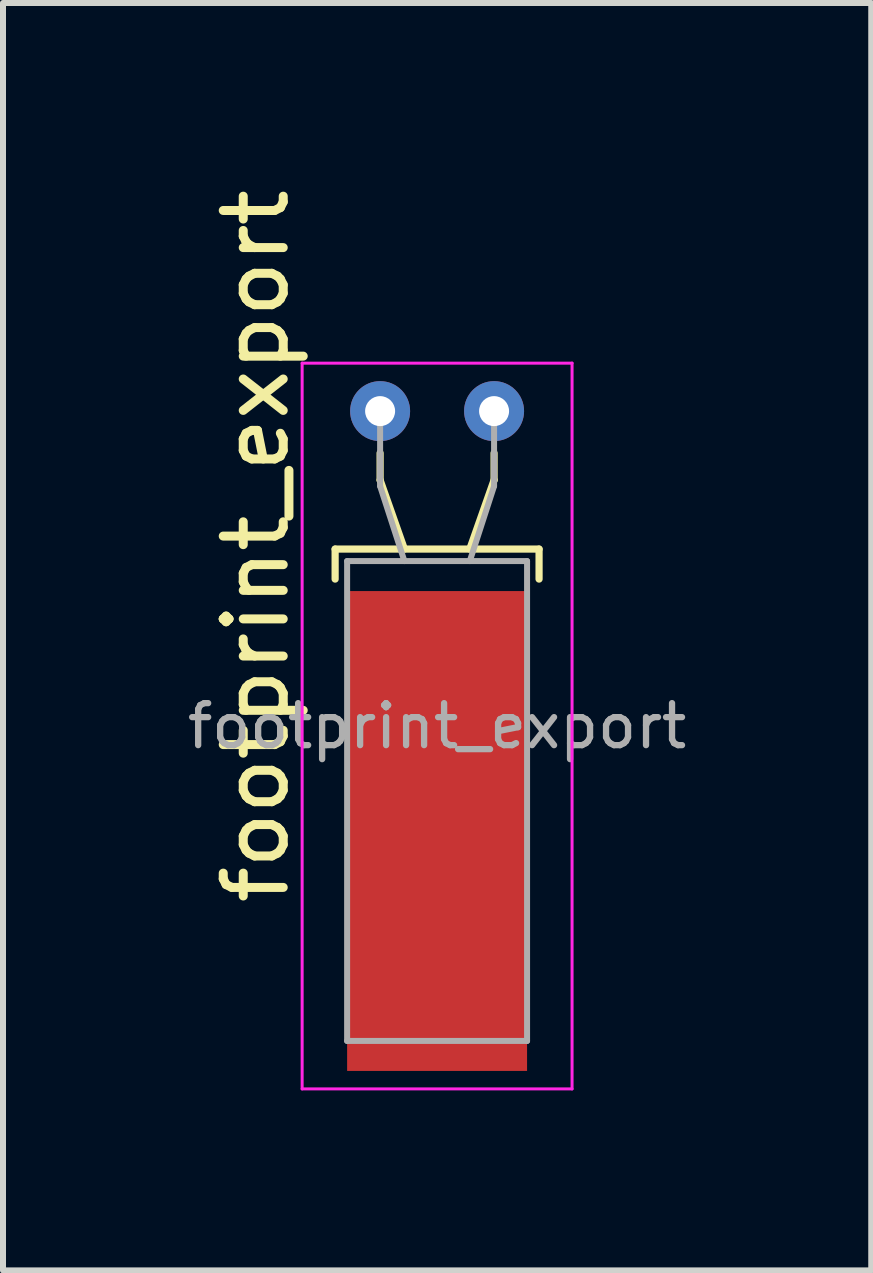
<source format=kicad_pcb>
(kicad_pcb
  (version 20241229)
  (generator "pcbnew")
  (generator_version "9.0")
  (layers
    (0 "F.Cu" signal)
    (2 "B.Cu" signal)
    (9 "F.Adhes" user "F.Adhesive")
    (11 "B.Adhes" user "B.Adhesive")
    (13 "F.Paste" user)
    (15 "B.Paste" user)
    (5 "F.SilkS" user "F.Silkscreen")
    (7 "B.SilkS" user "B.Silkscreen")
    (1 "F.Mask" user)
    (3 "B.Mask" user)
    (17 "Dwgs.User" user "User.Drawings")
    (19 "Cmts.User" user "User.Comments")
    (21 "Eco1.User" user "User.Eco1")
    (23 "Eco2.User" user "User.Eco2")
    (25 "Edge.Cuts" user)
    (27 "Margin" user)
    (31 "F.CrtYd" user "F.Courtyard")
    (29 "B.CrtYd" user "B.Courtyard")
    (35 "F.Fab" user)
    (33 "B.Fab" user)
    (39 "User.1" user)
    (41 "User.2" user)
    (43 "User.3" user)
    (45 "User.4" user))
  (footprint "footprint_export"
    (layer "F.Cu")
    (at 3.287 3.804)
    (property "Reference" "footprint_export" (at -2.07 2.25 90) (layer "F.SilkS") (effects (font (size 1 1) (thickness 0.15))))
    (attr through_hole)
    (fp_line (start -0.75 2.3) (end 2.65 2.3) (stroke (width 0.12) (type solid)) (layer "F.SilkS"))
    (fp_line (start -0.75 2.8) (end -0.75 2.3) (stroke (width 0.12) (type solid)) (layer "F.SilkS"))
    (fp_line (start 0 1.15) (end 0 0.7) (stroke (width 0.12) (type solid)) (layer "F.SilkS"))
    (fp_line (start 0.405 2.3) (end 0 1.15) (stroke (width 0.12) (type solid)) (layer "F.SilkS"))
    (fp_line (start 1.495 2.3) (end 1.9 1.15) (stroke (width 0.12) (type solid)) (layer "F.SilkS"))
    (fp_line (start 1.9 1.15) (end 1.9 0.7) (stroke (width 0.12) (type solid)) (layer "F.SilkS"))
    (fp_line (start 2.65 2.3) (end 2.65 2.8) (stroke (width 0.12) (type solid)) (layer "F.SilkS"))
    (fp_line (start -1.3 -0.8) (end -1.3 11.3) (stroke (width 0.05) (type solid)) (layer "F.CrtYd"))
    (fp_line (start -1.3 11.3) (end 3.2 11.3) (stroke (width 0.05) (type solid)) (layer "F.CrtYd"))
    (fp_line (start 3.2 -0.8) (end -1.3 -0.8) (stroke (width 0.05) (type solid)) (layer "F.CrtYd"))
    (fp_line (start 3.2 11.3) (end 3.2 -0.8) (stroke (width 0.05) (type solid)) (layer "F.CrtYd"))
    (fp_line (start -0.55 2.5) (end -0.55 10.5) (stroke (width 0.1) (type solid)) (layer "F.Fab"))
    (fp_line (start -0.55 10.5) (end 2.45 10.5) (stroke (width 0.1) (type solid)) (layer "F.Fab"))
    (fp_line (start 0 1.25) (end 0 0) (stroke (width 0.1) (type solid)) (layer "F.Fab"))
    (fp_line (start 0.405 2.5) (end 0 1.25) (stroke (width 0.1) (type solid)) (layer "F.Fab"))
    (fp_line (start 1.495 2.5) (end 1.9 1.25) (stroke (width 0.1) (type solid)) (layer "F.Fab"))
    (fp_line (start 1.9 1.25) (end 1.9 0) (stroke (width 0.1) (type solid)) (layer "F.Fab"))
    (fp_line (start 2.45 2.5) (end -0.55 2.5) (stroke (width 0.1) (type solid)) (layer "F.Fab"))
    (fp_line (start 2.45 10.5) (end 2.45 2.5) (stroke (width 0.1) (type solid)) (layer "F.Fab"))
    (fp_text user "${REFERENCE}" (at 0.95 5.25 0) (layer "F.Fab") (effects (font (size 0.7 0.7) (thickness 0.105))))
    (pad "1" thru_hole circle (at 0 0) (size 1 1) (drill 0.5) (layers "*.Cu" "*.Mask"))
    (pad "2" thru_hole circle (at 1.9 0) (size 1 1) (drill 0.5) (layers "*.Cu" "*.Mask"))
    (pad "3" smd rect (at 0.95 7) (size 3 8) (layers "F.Cu" "F.Mask" "F.Paste")))
  (gr_rect
    (start -3 -3)
    (end 11.475 18.129)
    (stroke (width 0.1) (type default))
    (fill no)
    (layer "Edge.Cuts")))
</source>
